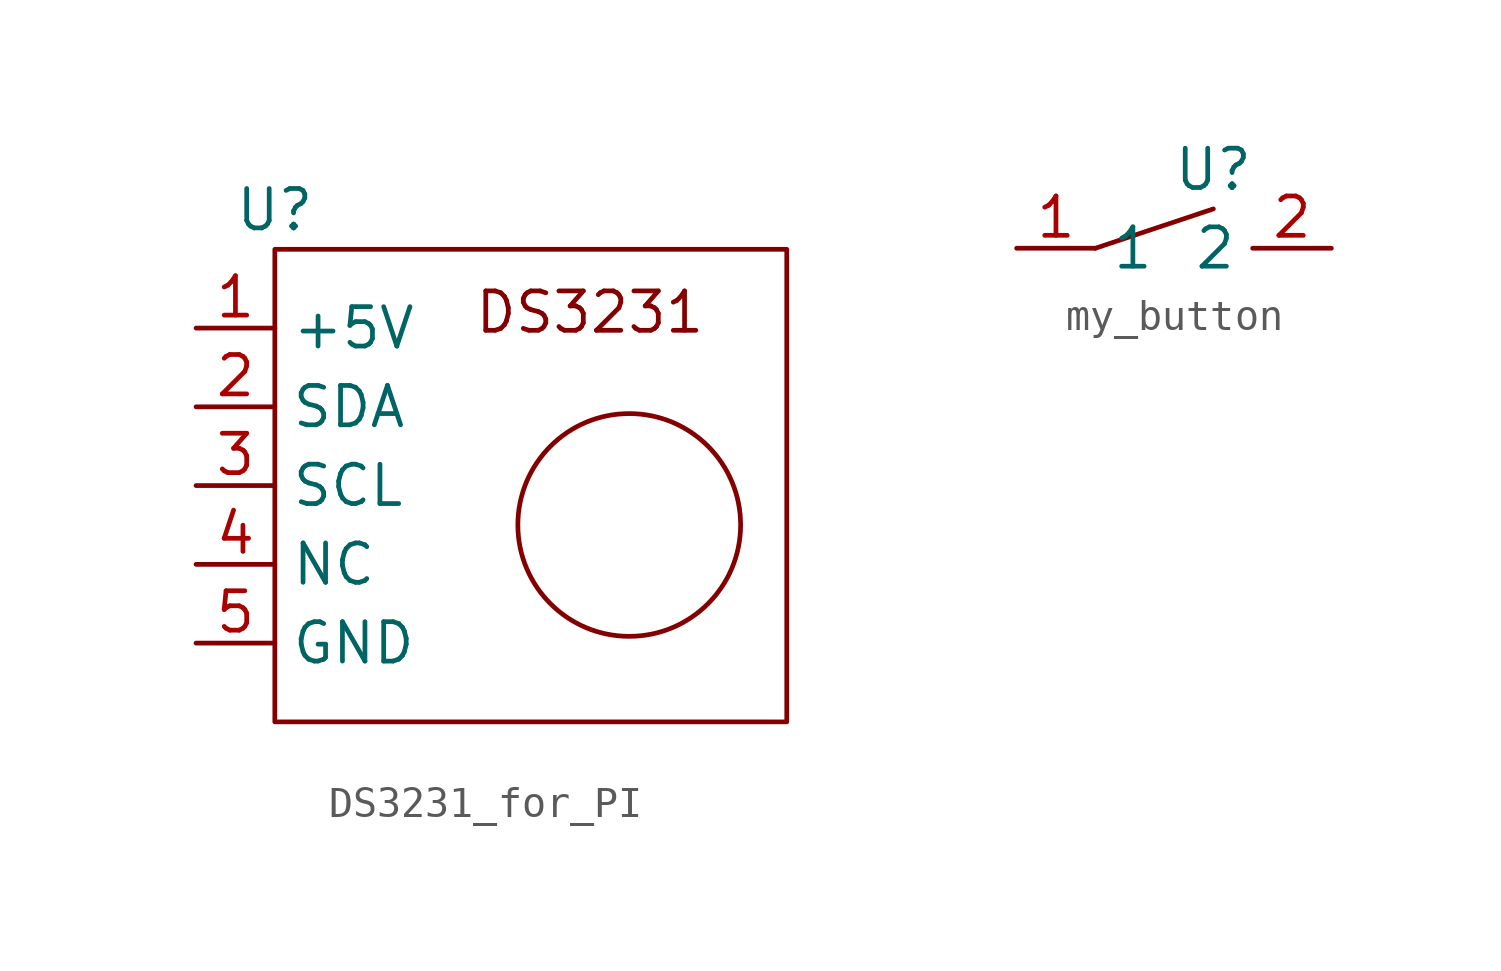
<source format=kicad_sym>
(kicad_symbol_lib
  (version 20231120)
  (generator "kicad_symbol_editor")
  (generator_version "8.0")
  (symbol "DS3231_for_PI"
    (property "Reference" "U"
      (at 0 0 0)
      (effects (font (size 1.27 1.27))))
    (property "Value" ""
      (at 0 0 0)
      (effects (font (size 1.27 1.27))))
    (symbol "DS3231_for_PI_0_1"
      (polyline (pts (xy 0 -16.51) (xy 0 -2.54) (xy 0 -1.27) (xy 16.51 -1.27) (xy 16.51 -16.51) (xy 0 -16.51)) (stroke (width 0) (type default)) (fill (type none))))
    (symbol "DS3231_for_PI_1_1"
      (circle (center 11.43 -10.16) (radius 3.592) (stroke (width 0) (type default)) (fill (type none)))
      (text "DS3231" (at 10.16 -3.302 0) (effects (font (size 1.27 1.27))))
      (pin power_in line (at -2.54 -3.81 0) (length 2.54) (name "+5V" (effects (font (size 1.27 1.27)))) (number "1" (effects (font (size 1.27 1.27)))))
      (pin bidirectional line (at -2.54 -6.35 0) (length 2.54) (name "SDA" (effects (font (size 1.27 1.27)))) (number "2" (effects (font (size 1.27 1.27)))))
      (pin bidirectional line (at -2.54 -8.89 0) (length 2.54) (name "SCL" (effects (font (size 1.27 1.27)))) (number "3" (effects (font (size 1.27 1.27)))))
      (pin bidirectional line (at -2.54 -11.43 0) (length 2.54) (name "NC" (effects (font (size 1.27 1.27)))) (number "4" (effects (font (size 1.27 1.27)))))
      (pin power_in line (at -2.54 -13.97 0) (length 2.54) (name "GND" (effects (font (size 1.27 1.27)))) (number "5" (effects (font (size 1.27 1.27)))))))
  (symbol "my_button"
    (property "Reference" "U"
      (at 0 0 0)
      (effects (font (size 1.27 1.27))))
    (property "Value" ""
      (at 0 0 0)
      (effects (font (size 1.27 1.27))))
    (symbol "my_button_0_1"
      (polyline (pts (xy -3.81 -2.54) (xy 0 -1.27)) (stroke (width 0) (type default)) (fill (type none))))
    (symbol "my_button_1_1"
      (pin bidirectional line (at -6.35 -2.54 0) (length 2.54) (name "1" (effects (font (size 1.27 1.27)))) (number "1" (effects (font (size 1.27 1.27)))))
      (pin bidirectional line (at 3.81 -2.54 180) (length 2.54) (name "2" (effects (font (size 1.27 1.27)))) (number "2" (effects (font (size 1.27 1.27))))))))
</source>
